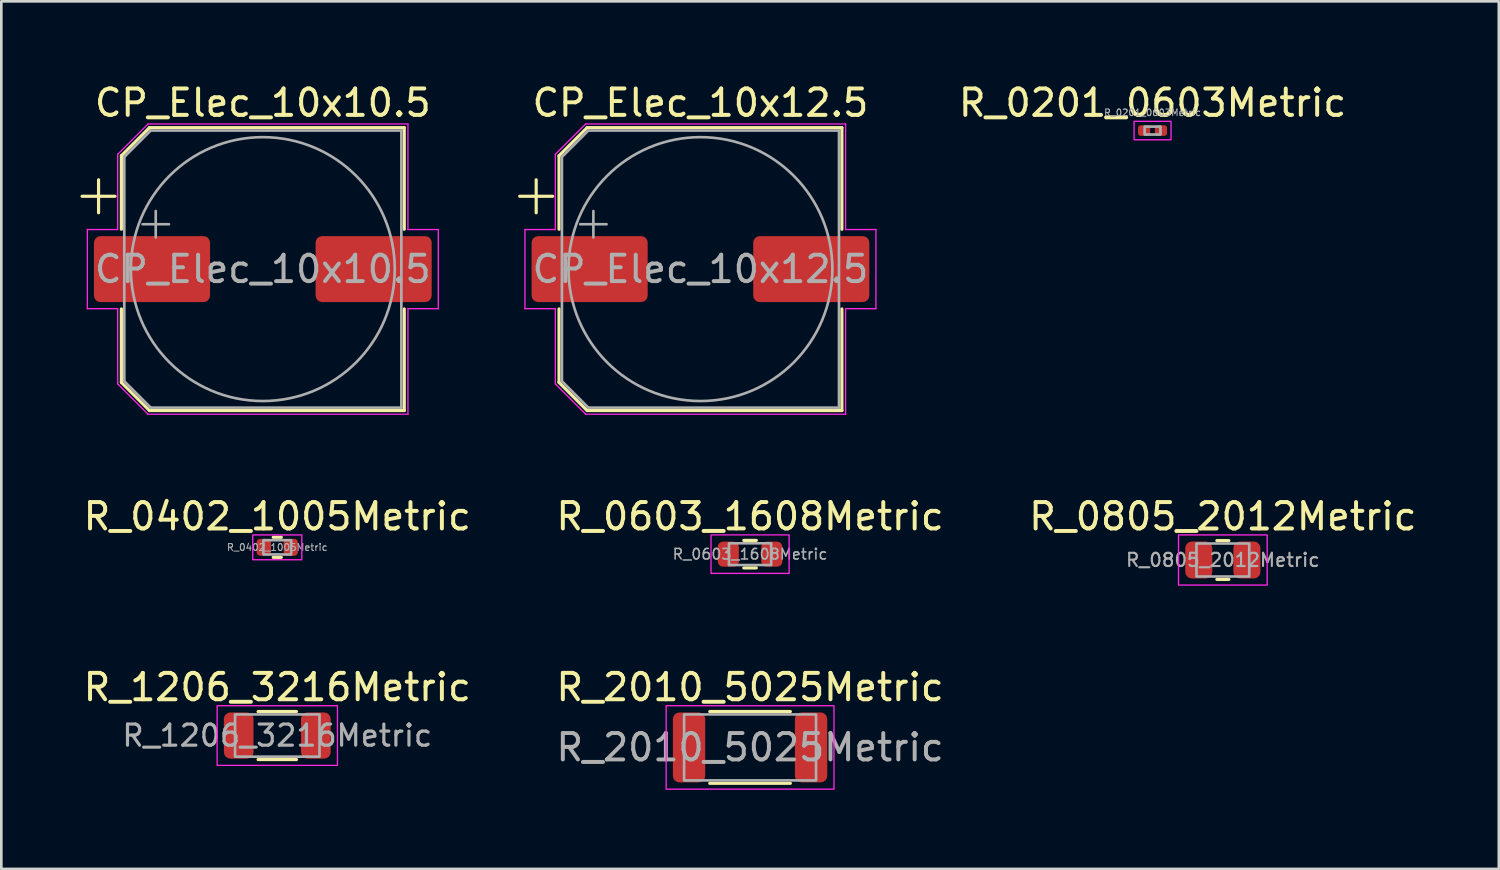
<source format=kicad_pcb>
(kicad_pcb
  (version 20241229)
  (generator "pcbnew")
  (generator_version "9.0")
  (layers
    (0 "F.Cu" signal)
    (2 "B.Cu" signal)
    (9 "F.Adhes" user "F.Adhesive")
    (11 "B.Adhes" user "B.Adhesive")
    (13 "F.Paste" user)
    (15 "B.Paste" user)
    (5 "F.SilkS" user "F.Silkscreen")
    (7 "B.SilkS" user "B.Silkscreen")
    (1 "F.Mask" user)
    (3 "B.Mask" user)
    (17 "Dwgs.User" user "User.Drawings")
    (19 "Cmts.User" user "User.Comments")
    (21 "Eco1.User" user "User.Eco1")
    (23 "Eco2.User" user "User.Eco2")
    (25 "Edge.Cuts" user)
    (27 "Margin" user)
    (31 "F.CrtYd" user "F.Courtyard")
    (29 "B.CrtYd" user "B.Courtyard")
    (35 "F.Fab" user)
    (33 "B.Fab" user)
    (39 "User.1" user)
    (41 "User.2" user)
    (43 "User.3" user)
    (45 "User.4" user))
  (footprint "R_0402_1005Metric"
    (layer "F.Cu")
    (at 7.458 17.692)
    (property "Reference" "R_0402_1005Metric" (at 0 -1.17 0) (layer "F.SilkS") (effects (font (size 1 1) (thickness 0.15))))
    (attr smd)
    (fp_line (start -0.154 -0.38) (end 0.154 -0.38) (stroke (width 0.12) (type solid)) (layer "F.SilkS"))
    (fp_line (start -0.154 0.38) (end 0.154 0.38) (stroke (width 0.12) (type solid)) (layer "F.SilkS"))
    (fp_rect (start -0.93 -0.47) (end 0.93 0.47) (stroke (width 0.05) (type solid)) (fill no) (layer "F.CrtYd"))
    (fp_rect (start -0.525 -0.27) (end 0.525 0.27) (stroke (width 0.1) (type solid)) (fill no) (layer "F.Fab"))
    (fp_text user "${REFERENCE}" (at 0 0 0) (layer "F.Fab") (effects (font (size 0.26 0.26) (thickness 0.04))))
    (pad "1" smd roundrect (at -0.51 0) (size 0.54 0.64) (layers "F.Cu" "F.Mask" "F.Paste") (roundrect_rratio 0.25))
    (pad "2" smd roundrect (at 0.51 0) (size 0.54 0.64) (layers "F.Cu" "F.Mask" "F.Paste") (roundrect_rratio 0.25)))
  (footprint "R_1206_3216Metric"
    (layer "F.Cu")
    (at 7.458 24.825)
    (property "Reference" "R_1206_3216Metric" (at 0 -1.83 0) (layer "F.SilkS") (effects (font (size 1 1) (thickness 0.15))))
    (attr smd)
    (fp_line (start -0.727 -0.91) (end 0.727 -0.91) (stroke (width 0.12) (type solid)) (layer "F.SilkS"))
    (fp_line (start -0.727 0.91) (end 0.727 0.91) (stroke (width 0.12) (type solid)) (layer "F.SilkS"))
    (fp_rect (start -2.28 -1.13) (end 2.28 1.13) (stroke (width 0.05) (type solid)) (fill no) (layer "F.CrtYd"))
    (fp_rect (start -1.6 -0.8) (end 1.6 0.8) (stroke (width 0.1) (type solid)) (fill no) (layer "F.Fab"))
    (fp_text user "${REFERENCE}" (at 0 0 0) (layer "F.Fab") (effects (font (size 0.8 0.8) (thickness 0.12))))
    (pad "1" smd roundrect (at -1.462 0) (size 1.125 1.75) (layers "F.Cu" "F.Mask" "F.Paste") (roundrect_rratio 0.222))
    (pad "2" smd roundrect (at 1.462 0) (size 1.125 1.75) (layers "F.Cu" "F.Mask" "F.Paste") (roundrect_rratio 0.222)))
  (footprint "CP_Elec_10x12.5"
    (layer "F.Cu")
    (at 23.495 7.148)
    (property "Reference" "CP_Elec_10x12.5" (at 0 -6.3 0) (layer "F.SilkS") (effects (font (size 1 1) (thickness 0.15))))
    (attr smd)
    (fp_line (start -6.85 -2.76) (end -5.6 -2.76) (stroke (width 0.12) (type solid)) (layer "F.SilkS"))
    (fp_line (start -6.225 -3.385) (end -6.225 -2.135) (stroke (width 0.12) (type solid)) (layer "F.SilkS"))
    (fp_line (start -5.36 -4.296) (end -5.36 -1.51) (stroke (width 0.12) (type solid)) (layer "F.SilkS"))
    (fp_line (start -5.36 -4.296) (end -4.296 -5.36) (stroke (width 0.12) (type solid)) (layer "F.SilkS"))
    (fp_line (start -5.36 4.296) (end -5.36 1.51) (stroke (width 0.12) (type solid)) (layer "F.SilkS"))
    (fp_line (start -5.36 4.296) (end -4.296 5.36) (stroke (width 0.12) (type solid)) (layer "F.SilkS"))
    (fp_line (start -4.296 -5.36) (end 5.36 -5.36) (stroke (width 0.12) (type solid)) (layer "F.SilkS"))
    (fp_line (start -4.296 5.36) (end 5.36 5.36) (stroke (width 0.12) (type solid)) (layer "F.SilkS"))
    (fp_line (start 5.36 -5.36) (end 5.36 -1.51) (stroke (width 0.12) (type solid)) (layer "F.SilkS"))
    (fp_line (start 5.36 5.36) (end 5.36 1.51) (stroke (width 0.12) (type solid)) (layer "F.SilkS"))
    (fp_line (start -6.65 -1.5) (end -6.65 1.5) (stroke (width 0.05) (type solid)) (layer "F.CrtYd"))
    (fp_line (start -6.65 1.5) (end -5.5 1.5) (stroke (width 0.05) (type solid)) (layer "F.CrtYd"))
    (fp_line (start -5.5 -4.35) (end -5.5 -1.5) (stroke (width 0.05) (type solid)) (layer "F.CrtYd"))
    (fp_line (start -5.5 -4.35) (end -4.35 -5.5) (stroke (width 0.05) (type solid)) (layer "F.CrtYd"))
    (fp_line (start -5.5 -1.5) (end -6.65 -1.5) (stroke (width 0.05) (type solid)) (layer "F.CrtYd"))
    (fp_line (start -5.5 1.5) (end -5.5 4.35) (stroke (width 0.05) (type solid)) (layer "F.CrtYd"))
    (fp_line (start -5.5 4.35) (end -4.35 5.5) (stroke (width 0.05) (type solid)) (layer "F.CrtYd"))
    (fp_line (start -4.35 -5.5) (end 5.5 -5.5) (stroke (width 0.05) (type solid)) (layer "F.CrtYd"))
    (fp_line (start -4.35 5.5) (end 5.5 5.5) (stroke (width 0.05) (type solid)) (layer "F.CrtYd"))
    (fp_line (start 5.5 -5.5) (end 5.5 -1.5) (stroke (width 0.05) (type solid)) (layer "F.CrtYd"))
    (fp_line (start 5.5 -1.5) (end 6.65 -1.5) (stroke (width 0.05) (type solid)) (layer "F.CrtYd"))
    (fp_line (start 5.5 1.5) (end 5.5 5.5) (stroke (width 0.05) (type solid)) (layer "F.CrtYd"))
    (fp_line (start 6.65 -1.5) (end 6.65 1.5) (stroke (width 0.05) (type solid)) (layer "F.CrtYd"))
    (fp_line (start 6.65 1.5) (end 5.5 1.5) (stroke (width 0.05) (type solid)) (layer "F.CrtYd"))
    (fp_line (start -5.25 -4.25) (end -5.25 4.25) (stroke (width 0.1) (type solid)) (layer "F.Fab"))
    (fp_line (start -5.25 -4.25) (end -4.25 -5.25) (stroke (width 0.1) (type solid)) (layer "F.Fab"))
    (fp_line (start -5.25 4.25) (end -4.25 5.25) (stroke (width 0.1) (type solid)) (layer "F.Fab"))
    (fp_line (start -4.558 -1.7) (end -3.558 -1.7) (stroke (width 0.1) (type solid)) (layer "F.Fab"))
    (fp_line (start -4.25 -5.25) (end 5.25 -5.25) (stroke (width 0.1) (type solid)) (layer "F.Fab"))
    (fp_line (start -4.25 5.25) (end 5.25 5.25) (stroke (width 0.1) (type solid)) (layer "F.Fab"))
    (fp_line (start -4.058 -2.2) (end -4.058 -1.2) (stroke (width 0.1) (type solid)) (layer "F.Fab"))
    (fp_line (start 5.25 -5.25) (end 5.25 5.25) (stroke (width 0.1) (type solid)) (layer "F.Fab"))
    (fp_circle (center 0 0) (end 5 0) (stroke (width 0.1) (type solid)) (fill no) (layer "F.Fab"))
    (fp_text user "${REFERENCE}" (at 0 0 0) (layer "F.Fab") (effects (font (size 1 1) (thickness 0.15))))
    (pad "1" smd roundrect (at -4.2 0) (size 4.4 2.5) (layers "F.Cu" "F.Mask" "F.Paste") (roundrect_rratio 0.1))
    (pad "2" smd roundrect (at 4.2 0) (size 4.4 2.5) (layers "F.Cu" "F.Mask" "F.Paste") (roundrect_rratio 0.1)))
  (footprint "R_0201_0603Metric"
    (layer "F.Cu")
    (at 40.628 1.898)
    (property "Reference" "R_0201_0603Metric" (at 0 -1.05 0) (layer "F.SilkS") (effects (font (size 1 1) (thickness 0.15))))
    (attr smd)
    (fp_rect (start -0.7 -0.35) (end 0.7 0.35) (stroke (width 0.05) (type solid)) (fill no) (layer "F.CrtYd"))
    (fp_rect (start -0.3 -0.15) (end 0.3 0.15) (stroke (width 0.1) (type solid)) (fill no) (layer "F.Fab"))
    (fp_text user "${REFERENCE}" (at 0 -0.68 0) (layer "F.Fab") (effects (font (size 0.25 0.25) (thickness 0.04))))
    (pad "" smd roundrect (at -0.345 0) (size 0.318 0.36) (layers "F.Paste") (roundrect_rratio 0.25))
    (pad "" smd roundrect (at 0.345 0) (size 0.318 0.36) (layers "F.Paste") (roundrect_rratio 0.25))
    (pad "1" smd roundrect (at -0.32 0) (size 0.46 0.4) (layers "F.Cu" "F.Mask") (roundrect_rratio 0.25))
    (pad "2" smd roundrect (at 0.32 0) (size 0.46 0.4) (layers "F.Cu" "F.Mask") (roundrect_rratio 0.25)))
  (footprint "R_0805_2012Metric"
    (layer "F.Cu")
    (at 43.292 18.172)
    (property "Reference" "R_0805_2012Metric" (at 0 -1.65 0) (layer "F.SilkS") (effects (font (size 1 1) (thickness 0.15))))
    (attr smd)
    (fp_line (start -0.227 -0.735) (end 0.227 -0.735) (stroke (width 0.12) (type solid)) (layer "F.SilkS"))
    (fp_line (start -0.227 0.735) (end 0.227 0.735) (stroke (width 0.12) (type solid)) (layer "F.SilkS"))
    (fp_rect (start -1.68 -0.95) (end 1.68 0.95) (stroke (width 0.05) (type solid)) (fill no) (layer "F.CrtYd"))
    (fp_rect (start -1 -0.625) (end 1 0.625) (stroke (width 0.1) (type solid)) (fill no) (layer "F.Fab"))
    (fp_text user "${REFERENCE}" (at 0 0 0) (layer "F.Fab") (effects (font (size 0.5 0.5) (thickness 0.08))))
    (pad "1" smd roundrect (at -0.912 0) (size 1.025 1.4) (layers "F.Cu" "F.Mask" "F.Paste") (roundrect_rratio 0.244))
    (pad "2" smd roundrect (at 0.912 0) (size 1.025 1.4) (layers "F.Cu" "F.Mask" "F.Paste") (roundrect_rratio 0.244)))
  (footprint "R_2010_5025Metric"
    (layer "F.Cu")
    (at 25.375 25.275)
    (property "Reference" "R_2010_5025Metric" (at 0 -2.28 0) (layer "F.SilkS") (effects (font (size 1 1) (thickness 0.15))))
    (attr smd)
    (fp_line (start -1.527 -1.36) (end 1.527 -1.36) (stroke (width 0.12) (type solid)) (layer "F.SilkS"))
    (fp_line (start -1.527 1.36) (end 1.527 1.36) (stroke (width 0.12) (type solid)) (layer "F.SilkS"))
    (fp_rect (start -3.18 -1.58) (end 3.18 1.58) (stroke (width 0.05) (type solid)) (fill no) (layer "F.CrtYd"))
    (fp_rect (start -2.5 -1.25) (end 2.5 1.25) (stroke (width 0.1) (type solid)) (fill no) (layer "F.Fab"))
    (fp_text user "${REFERENCE}" (at 0 0 0) (layer "F.Fab") (effects (font (size 1 1) (thickness 0.15))))
    (pad "1" smd roundrect (at -2.312 0) (size 1.225 2.65) (layers "F.Cu" "F.Mask" "F.Paste") (roundrect_rratio 0.204))
    (pad "2" smd roundrect (at 2.312 0) (size 1.225 2.65) (layers "F.Cu" "F.Mask" "F.Paste") (roundrect_rratio 0.204)))
  (footprint "R_0603_1608Metric"
    (layer "F.Cu")
    (at 25.375 17.951)
    (property "Reference" "R_0603_1608Metric" (at 0 -1.43 0) (layer "F.SilkS") (effects (font (size 1 1) (thickness 0.15))))
    (attr smd)
    (fp_line (start -0.237 -0.522) (end 0.237 -0.522) (stroke (width 0.12) (type solid)) (layer "F.SilkS"))
    (fp_line (start -0.237 0.522) (end 0.237 0.522) (stroke (width 0.12) (type solid)) (layer "F.SilkS"))
    (fp_rect (start -1.48 -0.73) (end 1.48 0.73) (stroke (width 0.05) (type solid)) (fill no) (layer "F.CrtYd"))
    (fp_rect (start -0.8 -0.412) (end 0.8 0.412) (stroke (width 0.1) (type solid)) (fill no) (layer "F.Fab"))
    (fp_text user "${REFERENCE}" (at 0 0 0) (layer "F.Fab") (effects (font (size 0.4 0.4) (thickness 0.06))))
    (pad "1" smd roundrect (at -0.825 0) (size 0.8 0.95) (layers "F.Cu" "F.Mask" "F.Paste") (roundrect_rratio 0.25))
    (pad "2" smd roundrect (at 0.825 0) (size 0.8 0.95) (layers "F.Cu" "F.Mask" "F.Paste") (roundrect_rratio 0.25)))
  (footprint "CP_Elec_10x10.5"
    (layer "F.Cu")
    (at 6.91 7.148)
    (property "Reference" "CP_Elec_10x10.5" (at 0 -6.3 0) (layer "F.SilkS") (effects (font (size 1 1) (thickness 0.15))))
    (attr smd)
    (fp_line (start -6.85 -2.76) (end -5.6 -2.76) (stroke (width 0.12) (type solid)) (layer "F.SilkS"))
    (fp_line (start -6.225 -3.385) (end -6.225 -2.135) (stroke (width 0.12) (type solid)) (layer "F.SilkS"))
    (fp_line (start -5.36 -4.296) (end -5.36 -1.51) (stroke (width 0.12) (type solid)) (layer "F.SilkS"))
    (fp_line (start -5.36 -4.296) (end -4.296 -5.36) (stroke (width 0.12) (type solid)) (layer "F.SilkS"))
    (fp_line (start -5.36 4.296) (end -5.36 1.51) (stroke (width 0.12) (type solid)) (layer "F.SilkS"))
    (fp_line (start -5.36 4.296) (end -4.296 5.36) (stroke (width 0.12) (type solid)) (layer "F.SilkS"))
    (fp_line (start -4.296 -5.36) (end 5.36 -5.36) (stroke (width 0.12) (type solid)) (layer "F.SilkS"))
    (fp_line (start -4.296 5.36) (end 5.36 5.36) (stroke (width 0.12) (type solid)) (layer "F.SilkS"))
    (fp_line (start 5.36 -5.36) (end 5.36 -1.51) (stroke (width 0.12) (type solid)) (layer "F.SilkS"))
    (fp_line (start 5.36 5.36) (end 5.36 1.51) (stroke (width 0.12) (type solid)) (layer "F.SilkS"))
    (fp_line (start -6.65 -1.5) (end -6.65 1.5) (stroke (width 0.05) (type solid)) (layer "F.CrtYd"))
    (fp_line (start -6.65 1.5) (end -5.5 1.5) (stroke (width 0.05) (type solid)) (layer "F.CrtYd"))
    (fp_line (start -5.5 -4.35) (end -5.5 -1.5) (stroke (width 0.05) (type solid)) (layer "F.CrtYd"))
    (fp_line (start -5.5 -4.35) (end -4.35 -5.5) (stroke (width 0.05) (type solid)) (layer "F.CrtYd"))
    (fp_line (start -5.5 -1.5) (end -6.65 -1.5) (stroke (width 0.05) (type solid)) (layer "F.CrtYd"))
    (fp_line (start -5.5 1.5) (end -5.5 4.35) (stroke (width 0.05) (type solid)) (layer "F.CrtYd"))
    (fp_line (start -5.5 4.35) (end -4.35 5.5) (stroke (width 0.05) (type solid)) (layer "F.CrtYd"))
    (fp_line (start -4.35 -5.5) (end 5.5 -5.5) (stroke (width 0.05) (type solid)) (layer "F.CrtYd"))
    (fp_line (start -4.35 5.5) (end 5.5 5.5) (stroke (width 0.05) (type solid)) (layer "F.CrtYd"))
    (fp_line (start 5.5 -5.5) (end 5.5 -1.5) (stroke (width 0.05) (type solid)) (layer "F.CrtYd"))
    (fp_line (start 5.5 -1.5) (end 6.65 -1.5) (stroke (width 0.05) (type solid)) (layer "F.CrtYd"))
    (fp_line (start 5.5 1.5) (end 5.5 5.5) (stroke (width 0.05) (type solid)) (layer "F.CrtYd"))
    (fp_line (start 6.65 -1.5) (end 6.65 1.5) (stroke (width 0.05) (type solid)) (layer "F.CrtYd"))
    (fp_line (start 6.65 1.5) (end 5.5 1.5) (stroke (width 0.05) (type solid)) (layer "F.CrtYd"))
    (fp_line (start -5.25 -4.25) (end -5.25 4.25) (stroke (width 0.1) (type solid)) (layer "F.Fab"))
    (fp_line (start -5.25 -4.25) (end -4.25 -5.25) (stroke (width 0.1) (type solid)) (layer "F.Fab"))
    (fp_line (start -5.25 4.25) (end -4.25 5.25) (stroke (width 0.1) (type solid)) (layer "F.Fab"))
    (fp_line (start -4.558 -1.7) (end -3.558 -1.7) (stroke (width 0.1) (type solid)) (layer "F.Fab"))
    (fp_line (start -4.25 -5.25) (end 5.25 -5.25) (stroke (width 0.1) (type solid)) (layer "F.Fab"))
    (fp_line (start -4.25 5.25) (end 5.25 5.25) (stroke (width 0.1) (type solid)) (layer "F.Fab"))
    (fp_line (start -4.058 -2.2) (end -4.058 -1.2) (stroke (width 0.1) (type solid)) (layer "F.Fab"))
    (fp_line (start 5.25 -5.25) (end 5.25 5.25) (stroke (width 0.1) (type solid)) (layer "F.Fab"))
    (fp_circle (center 0 0) (end 5 0) (stroke (width 0.1) (type solid)) (fill no) (layer "F.Fab"))
    (fp_text user "${REFERENCE}" (at 0 0 0) (layer "F.Fab") (effects (font (size 1 1) (thickness 0.15))))
    (pad "1" smd roundrect (at -4.2 0) (size 4.4 2.5) (layers "F.Cu" "F.Mask" "F.Paste") (roundrect_rratio 0.1))
    (pad "2" smd roundrect (at 4.2 0) (size 4.4 2.5) (layers "F.Cu" "F.Mask" "F.Paste") (roundrect_rratio 0.1)))
  (gr_rect
    (start -3 -3)
    (end 53.75 29.88)
    (stroke (width 0.1) (type default))
    (fill no)
    (layer "Edge.Cuts")))
</source>
